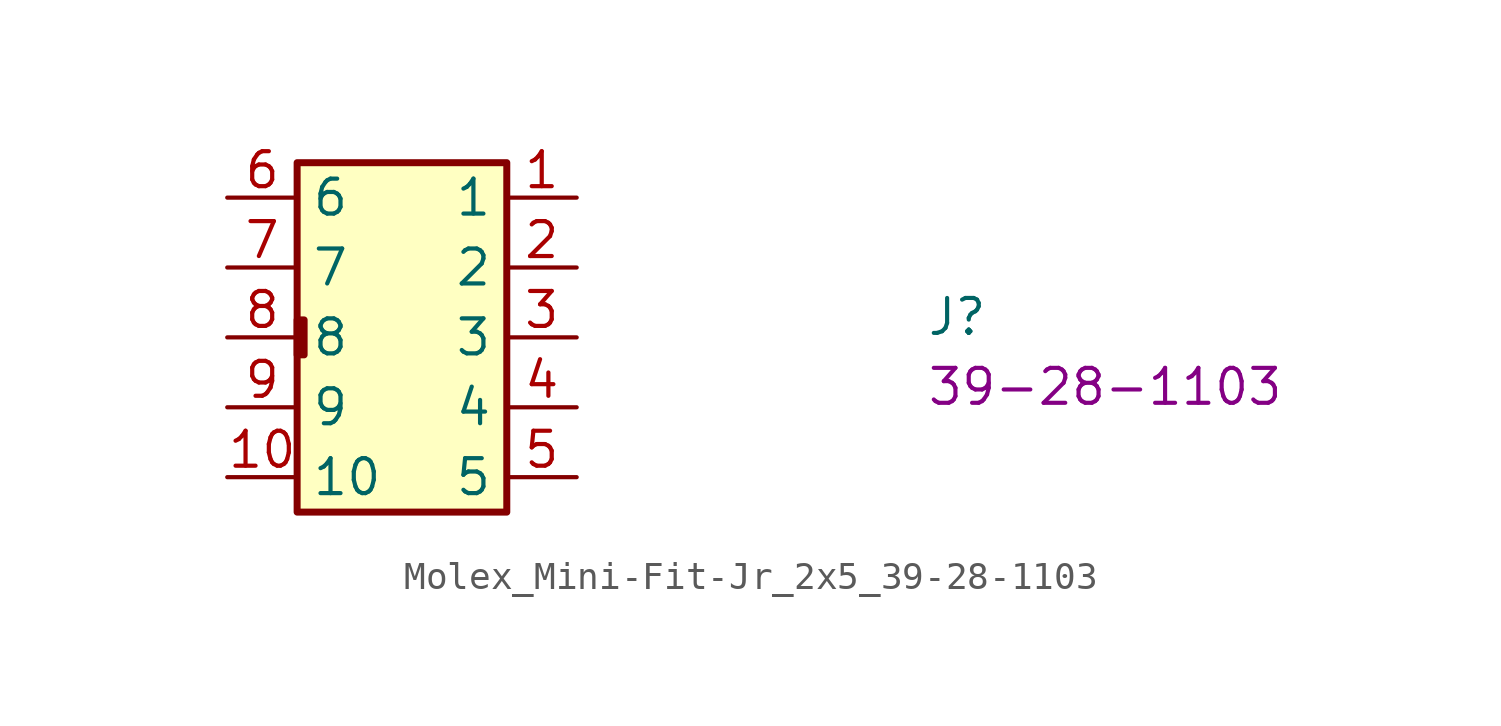
<source format=kicad_sym>
(kicad_symbol_lib
  (version 20220914)
  (generator kicad_symbol_editor)
  (symbol "Molex_Mini-Fit-Jr_2x5_39-28-1103"
    (property "Reference" "J"
      (at 25.4 -5.08 0)
      (effects (font (size 1.27 1.27) (thickness 0.15)) (justify left bottom)))
    (property "MPN" "39-28-1103"
      (at 25.4 -7.62 0)
      (effects (font (size 1.27 1.27) (thickness 0.15)) (justify left bottom)))
    (symbol "Molex_Mini-Fit-Jr_2x5_39-28-1103_1_1"
      (rectangle (start 2.54 -4.445) (end 2.794 -5.715) (stroke (width 0.254) (type default)) (fill (type background)))
      (rectangle (start 2.54 1.27) (end 10.16 -11.43) (stroke (width 0.254) (type default)) (fill (type background)))
      (pin bidirectional line (at 12.7 0 180) (length 2.54) (name "1" (effects (font (size 1.27 1.27)))) (number "1" (effects (font (size 1.27 1.27)))))
      (pin bidirectional line (at 0 -10.16 0) (length 2.54) (name "10" (effects (font (size 1.27 1.27)))) (number "10" (effects (font (size 1.27 1.27)))))
      (pin bidirectional line (at 12.7 -2.54 180) (length 2.54) (name "2" (effects (font (size 1.27 1.27)))) (number "2" (effects (font (size 1.27 1.27)))))
      (pin bidirectional line (at 12.7 -5.08 180) (length 2.54) (name "3" (effects (font (size 1.27 1.27)))) (number "3" (effects (font (size 1.27 1.27)))))
      (pin bidirectional line (at 12.7 -7.62 180) (length 2.54) (name "4" (effects (font (size 1.27 1.27)))) (number "4" (effects (font (size 1.27 1.27)))))
      (pin bidirectional line (at 12.7 -10.16 180) (length 2.54) (name "5" (effects (font (size 1.27 1.27)))) (number "5" (effects (font (size 1.27 1.27)))))
      (pin bidirectional line (at 0 0 0) (length 2.54) (name "6" (effects (font (size 1.27 1.27)))) (number "6" (effects (font (size 1.27 1.27)))))
      (pin bidirectional line (at 0 -2.54 0) (length 2.54) (name "7" (effects (font (size 1.27 1.27)))) (number "7" (effects (font (size 1.27 1.27)))))
      (pin bidirectional line (at 0 -5.08 0) (length 2.54) (name "8" (effects (font (size 1.27 1.27)))) (number "8" (effects (font (size 1.27 1.27)))))
      (pin bidirectional line (at 0 -7.62 0) (length 2.54) (name "9" (effects (font (size 1.27 1.27)))) (number "9" (effects (font (size 1.27 1.27))))))))
</source>
